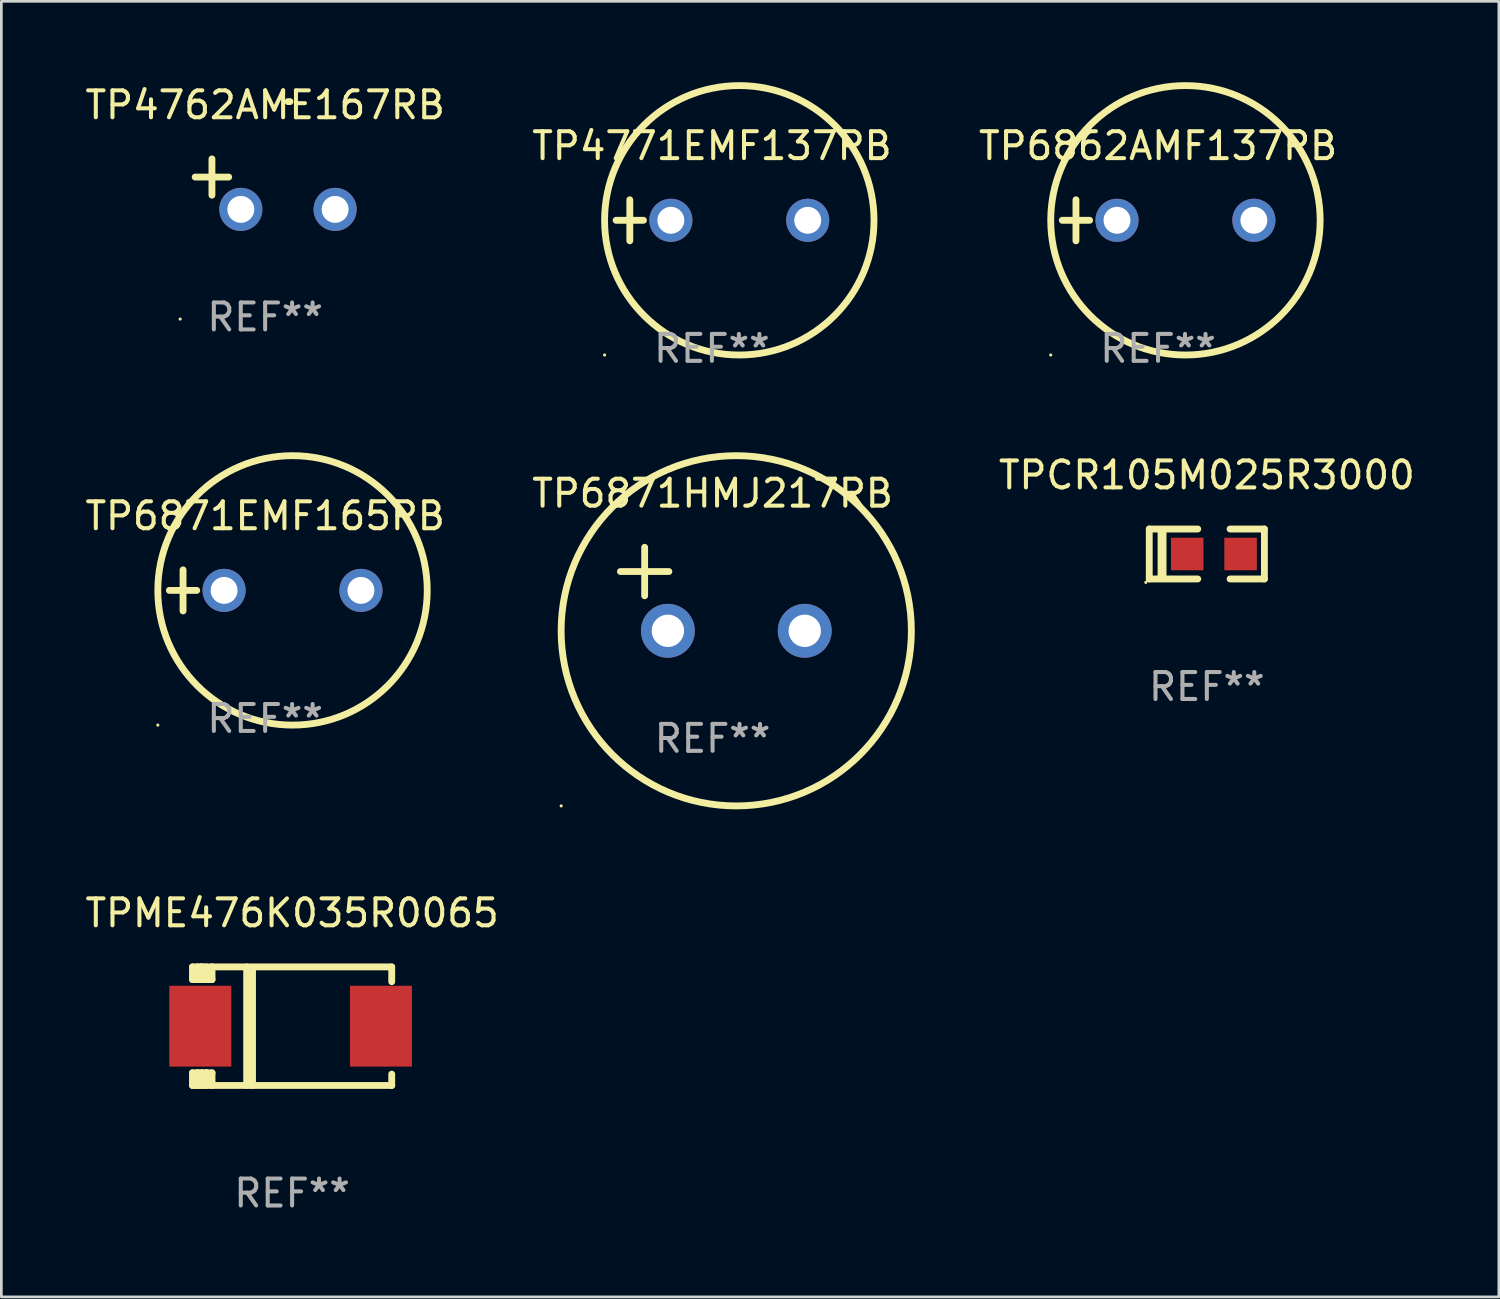
<source format=kicad_pcb>
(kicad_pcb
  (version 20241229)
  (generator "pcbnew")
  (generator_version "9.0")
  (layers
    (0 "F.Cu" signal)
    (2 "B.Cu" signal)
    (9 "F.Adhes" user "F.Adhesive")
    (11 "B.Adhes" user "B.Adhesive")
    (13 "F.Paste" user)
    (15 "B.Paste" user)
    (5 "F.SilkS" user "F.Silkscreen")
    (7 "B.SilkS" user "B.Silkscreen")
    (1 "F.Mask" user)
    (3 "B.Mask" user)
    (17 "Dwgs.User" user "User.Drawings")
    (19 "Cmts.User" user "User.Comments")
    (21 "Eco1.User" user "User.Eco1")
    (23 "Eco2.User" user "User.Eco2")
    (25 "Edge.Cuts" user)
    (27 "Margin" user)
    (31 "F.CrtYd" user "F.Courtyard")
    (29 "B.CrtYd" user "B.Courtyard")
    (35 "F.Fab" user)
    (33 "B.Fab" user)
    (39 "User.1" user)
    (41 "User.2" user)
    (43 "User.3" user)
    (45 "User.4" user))
  (footprint "TP6871HMJ217RB"
    (layer "F.Cu")
    (at 23.399 18.814)
    (property "Reference" "TP6871HMJ217RB" (at 0 -3.55 0) (layer "F.SilkS") (effects (font (size 1 1) (thickness 0.15))))
    (attr through_hole)
    (fp_line (start -3.421 -0.65) (end -1.621 -0.65) (stroke (width 0.254) (type solid)) (layer "F.SilkS"))
    (fp_line (start -2.521 -1.55) (end -2.521 0.25) (stroke (width 0.254) (type solid)) (layer "F.SilkS"))
    (fp_circle (center -5.619 8.05) (end -5.589 8.05) (stroke (width 0.06) (type solid)) (fill no) (layer "F.SilkS"))
    (fp_circle (center 0.879 1.55) (end 7.379 1.55) (stroke (width 0.254) (type solid)) (fill no) (layer "F.SilkS"))
    (fp_text user "REF**" (at 0 5.55 0) (layer "F.Fab") (effects (font (size 1 1) (thickness 0.15))))
    (pad "1" thru_hole circle (at -1.659 1.55) (size 2 2) (drill 1.2) (layers "*.Cu" "*.Mask"))
    (pad "2" thru_hole circle (at 3.421 1.55) (size 2 2) (drill 1.2) (layers "*.Cu" "*.Mask")))
  (footprint "TPCR105M025R3000"
    (layer "F.Cu")
    (at 41.745 17.513)
    (property "Reference" "TPCR105M025R3000" (at 0 -2.927 0) (layer "F.SilkS") (effects (font (size 1 1) (thickness 0.15))))
    (attr through_hole)
    (fp_line (start -2.137 0.927) (end -2.137 -0.927) (stroke (width 0.254) (type solid)) (layer "F.SilkS"))
    (fp_line (start -1.662 0.874) (end -1.662 -0.874) (stroke (width 0.33) (type solid)) (layer "F.SilkS"))
    (fp_line (start -0.337 -0.927) (end -2.137 -0.927) (stroke (width 0.254) (type solid)) (layer "F.SilkS"))
    (fp_line (start -0.337 0.927) (end -2.137 0.927) (stroke (width 0.254) (type solid)) (layer "F.SilkS"))
    (fp_line (start 0.862 0.927) (end 2.137 0.927) (stroke (width 0.254) (type solid)) (layer "F.SilkS"))
    (fp_line (start 2.137 -0.927) (end 0.862 -0.927) (stroke (width 0.254) (type solid)) (layer "F.SilkS"))
    (fp_line (start 2.137 0.927) (end 2.137 -0.927) (stroke (width 0.254) (type solid)) (layer "F.SilkS"))
    (fp_circle (center -2.264 1.054) (end -2.234 1.054) (stroke (width 0.06) (type solid)) (fill no) (layer "F.SilkS"))
    (fp_text user "REF**" (at 0 4.927 0) (layer "F.Fab") (effects (font (size 1 1) (thickness 0.15))))
    (pad "1" smd rect (at -0.728 0) (size 1.207 1.207) (layers "F.Cu" "F.Mask" "F.Paste"))
    (pad "2" smd rect (at 1.253 0) (size 1.207 1.207) (layers "F.Cu" "F.Mask" "F.Paste")))
  (footprint "TP4771EMF137RB"
    (layer "F.Cu")
    (at 23.375 5.127)
    (property "Reference" "TP4771EMF137RB" (at 0 -2.762 0) (layer "F.SilkS") (effects (font (size 1 1) (thickness 0.15))))
    (attr through_hole)
    (fp_line (start -3.556 0) (end -2.54 0) (stroke (width 0.254) (type solid)) (layer "F.SilkS"))
    (fp_line (start -3.048 -0.762) (end -3.048 0.762) (stroke (width 0.254) (type solid)) (layer "F.SilkS"))
    (fp_circle (center -3.984 5) (end -3.954 5) (stroke (width 0.06) (type solid)) (fill no) (layer "F.SilkS"))
    (fp_circle (center 1.016 0) (end 6.016 0) (stroke (width 0.254) (type solid)) (fill no) (layer "F.SilkS"))
    (fp_text user "REF**" (at 0 4.762 0) (layer "F.Fab") (effects (font (size 1 1) (thickness 0.15))))
    (pad "1" thru_hole circle (at -1.524 0) (size 1.6 1.6) (drill 1) (layers "*.Cu" "*.Mask"))
    (pad "2" thru_hole circle (at 3.556 0) (size 1.6 1.6) (drill 1) (layers "*.Cu" "*.Mask")))
  (footprint "TP4762AME167RB"
    (layer "F.Cu")
    (at 6.792 3.785)
    (property "Reference" "TP4762AME167RB" (at 0 -2.937 0) (layer "F.SilkS") (effects (font (size 1 1) (thickness 0.15))))
    (attr through_hole)
    (fp_line (start -1.975 0.41) (end -1.975 -0.937) (stroke (width 0.254) (type solid)) (layer "F.SilkS"))
    (fp_line (start -1.353 -0.263) (end -2.597 -0.263) (stroke (width 0.254) (type solid)) (layer "F.SilkS"))
    (fp_arc (start 0.849809 -3.063957) (mid 0.885369 -3.064114) (end 0.920929 -3.063957) (stroke (width 0.254001) (type solid)) (layer "F.SilkS"))
    (fp_circle (center -3.154 5.008) (end -3.124 5.008) (stroke (width 0.06) (type solid)) (fill no) (layer "F.SilkS"))
    (fp_text user "REF**" (at 0 4.937 0) (layer "F.Fab") (effects (font (size 1 1) (thickness 0.15))))
    (pad "1" thru_hole circle (at -0.903 0.937) (size 1.6 1.6) (drill 1) (layers "*.Cu" "*.Mask"))
    (pad "2" thru_hole circle (at 2.597 0.937) (size 1.6 1.6) (drill 1) (layers "*.Cu" "*.Mask")))
  (footprint "TPME476K035R0065"
    (layer "F.Cu")
    (at 7.792 35.04)
    (property "Reference" "TPME476K035R0065" (at 0 -4.2 0) (layer "F.SilkS") (effects (font (size 1 1) (thickness 0.15))))
    (attr through_hole)
    (fp_line (start -3.698 -2.2) (end -3.502 -2.2) (stroke (width 0.254) (type solid)) (layer "F.SilkS"))
    (fp_line (start -3.698 -1.731) (end -3.698 -2.2) (stroke (width 0.254) (type solid)) (layer "F.SilkS"))
    (fp_line (start -3.698 -1.731) (end -3.502 -1.731) (stroke (width 0.254) (type solid)) (layer "F.SilkS"))
    (fp_line (start -3.698 1.731) (end -3.502 1.731) (stroke (width 0.254) (type solid)) (layer "F.SilkS"))
    (fp_line (start -3.698 2.2) (end -3.698 1.731) (stroke (width 0.254) (type solid)) (layer "F.SilkS"))
    (fp_line (start -3.66 2.2) (end -3.698 2.2) (stroke (width 0.254) (type solid)) (layer "F.SilkS"))
    (fp_line (start -3.66 2.2) (end -3.346 2.2) (stroke (width 0.254) (type solid)) (layer "F.SilkS"))
    (fp_line (start -3.502 -2.2) (end 3.698 -2.2) (stroke (width 0.254) (type solid)) (layer "F.SilkS"))
    (fp_line (start -3.502 -1.731) (end -3.502 -2.2) (stroke (width 0.254) (type solid)) (layer "F.SilkS"))
    (fp_line (start -3.502 1.731) (end -3.502 1.778) (stroke (width 0.254) (type solid)) (layer "F.SilkS"))
    (fp_line (start -3.502 1.731) (end -3.178 1.731) (stroke (width 0.254) (type solid)) (layer "F.SilkS"))
    (fp_line (start -3.502 1.778) (end -3.502 1.731) (stroke (width 0.254) (type solid)) (layer "F.SilkS"))
    (fp_line (start -3.502 2.2) (end -3.502 1.778) (stroke (width 0.254) (type solid)) (layer "F.SilkS"))
    (fp_line (start -3.502 2.2) (end 3.698 2.2) (stroke (width 0.254) (type solid)) (layer "F.SilkS"))
    (fp_line (start -3.367 -2.2) (end -3.367 -1.731) (stroke (width 0.254) (type solid)) (layer "F.SilkS"))
    (fp_line (start -3.346 1.731) (end -3.346 2.2) (stroke (width 0.254) (type solid)) (layer "F.SilkS"))
    (fp_line (start -3.346 2.2) (end -3.346 2.2) (stroke (width 0.254) (type solid)) (layer "F.SilkS"))
    (fp_line (start -3.332 1.731) (end -3.346 1.731) (stroke (width 0.254) (type solid)) (layer "F.SilkS"))
    (fp_line (start -3.303 -2.2) (end -3.367 -2.2) (stroke (width 0.254) (type solid)) (layer "F.SilkS"))
    (fp_line (start -3.179 -1.731) (end -3.179 -1.731) (stroke (width 0.254) (type solid)) (layer "F.SilkS"))
    (fp_line (start -3.179 1.731) (end -3.179 2.2) (stroke (width 0.254) (type solid)) (layer "F.SilkS"))
    (fp_line (start -3.178 -1.731) (end -3.502 -1.731) (stroke (width 0.254) (type solid)) (layer "F.SilkS"))
    (fp_line (start -3.178 -1.731) (end -3.179 -1.731) (stroke (width 0.254) (type solid)) (layer "F.SilkS"))
    (fp_line (start -3.178 -1.731) (end -3.178 -2.2) (stroke (width 0.254) (type solid)) (layer "F.SilkS"))
    (fp_line (start -3.178 1.731) (end -3.178 1.731) (stroke (width 0.254) (type solid)) (layer "F.SilkS"))
    (fp_line (start -2.972 -2.2) (end -2.972 -1.731) (stroke (width 0.254) (type solid)) (layer "F.SilkS"))
    (fp_line (start -2.972 -1.731) (end -3.502 -1.731) (stroke (width 0.254) (type solid)) (layer "F.SilkS"))
    (fp_line (start -2.972 1.731) (end -3.179 1.731) (stroke (width 0.254) (type solid)) (layer "F.SilkS"))
    (fp_line (start -2.972 1.731) (end -2.972 2.2) (stroke (width 0.254) (type solid)) (layer "F.SilkS"))
    (fp_line (start -2.957 -2.2) (end -2.972 -2.2) (stroke (width 0.254) (type solid)) (layer "F.SilkS"))
    (fp_line (start -1.686 -2.2) (end -1.686 2.2) (stroke (width 0.254) (type solid)) (layer "F.SilkS"))
    (fp_line (start -1.469 -2.159) (end -1.469 2.2) (stroke (width 0.254) (type solid)) (layer "F.SilkS"))
    (fp_line (start -1.452 -2.159) (end -1.469 -2.159) (stroke (width 0.254) (type solid)) (layer "F.SilkS"))
    (fp_line (start 3.698 -2.2) (end 3.698 -1.651) (stroke (width 0.254) (type solid)) (layer "F.SilkS"))
    (fp_line (start 3.698 2.2) (end 3.698 1.778) (stroke (width 0.254) (type solid)) (layer "F.SilkS"))
    (fp_circle (center -3.552 2.15) (end -3.522 2.15) (stroke (width 0.06) (type solid)) (fill no) (layer "F.SilkS"))
    (fp_text user "REF**" (at 0 6.2 0) (layer "F.Fab") (effects (font (size 1 1) (thickness 0.15))))
    (pad "1" smd rect (at -3.407 0) (size 2.3 3) (layers "F.Cu" "F.Mask" "F.Paste"))
    (pad "2" smd rect (at 3.298 0) (size 2.3 3) (layers "F.Cu" "F.Mask" "F.Paste")))
  (footprint "TP6871EMF165RB"
    (layer "F.Cu")
    (at 6.792 18.864)
    (property "Reference" "TP6871EMF165RB" (at 0 -2.762 0) (layer "F.SilkS") (effects (font (size 1 1) (thickness 0.15))))
    (attr through_hole)
    (fp_line (start -3.556 0) (end -2.54 0) (stroke (width 0.254) (type solid)) (layer "F.SilkS"))
    (fp_line (start -3.048 -0.762) (end -3.048 0.762) (stroke (width 0.254) (type solid)) (layer "F.SilkS"))
    (fp_circle (center -3.984 5) (end -3.954 5) (stroke (width 0.06) (type solid)) (fill no) (layer "F.SilkS"))
    (fp_circle (center 1.016 0) (end 6.016 0) (stroke (width 0.254) (type solid)) (fill no) (layer "F.SilkS"))
    (fp_text user "REF**" (at 0 4.762 0) (layer "F.Fab") (effects (font (size 1 1) (thickness 0.15))))
    (pad "1" thru_hole circle (at -1.524 0) (size 1.6 1.6) (drill 1) (layers "*.Cu" "*.Mask"))
    (pad "2" thru_hole circle (at 3.556 0) (size 1.6 1.6) (drill 1) (layers "*.Cu" "*.Mask")))
  (footprint "TP6862AMF137RB"
    (layer "F.Cu")
    (at 39.935 5.127)
    (property "Reference" "TP6862AMF137RB" (at 0 -2.762 0) (layer "F.SilkS") (effects (font (size 1 1) (thickness 0.15))))
    (attr through_hole)
    (fp_line (start -3.556 0) (end -2.54 0) (stroke (width 0.254) (type solid)) (layer "F.SilkS"))
    (fp_line (start -3.048 -0.762) (end -3.048 0.762) (stroke (width 0.254) (type solid)) (layer "F.SilkS"))
    (fp_circle (center -3.984 5) (end -3.954 5) (stroke (width 0.06) (type solid)) (fill no) (layer "F.SilkS"))
    (fp_circle (center 1.016 0) (end 6.016 0) (stroke (width 0.254) (type solid)) (fill no) (layer "F.SilkS"))
    (fp_text user "REF**" (at 0 4.762 0) (layer "F.Fab") (effects (font (size 1 1) (thickness 0.15))))
    (pad "1" thru_hole circle (at -1.524 0) (size 1.6 1.6) (drill 1) (layers "*.Cu" "*.Mask"))
    (pad "2" thru_hole circle (at 3.556 0) (size 1.6 1.6) (drill 1) (layers "*.Cu" "*.Mask")))
  (gr_rect
    (start -3 -3)
    (end 52.584 45.088)
    (stroke (width 0.1) (type default))
    (fill no)
    (layer "Edge.Cuts")))
</source>
